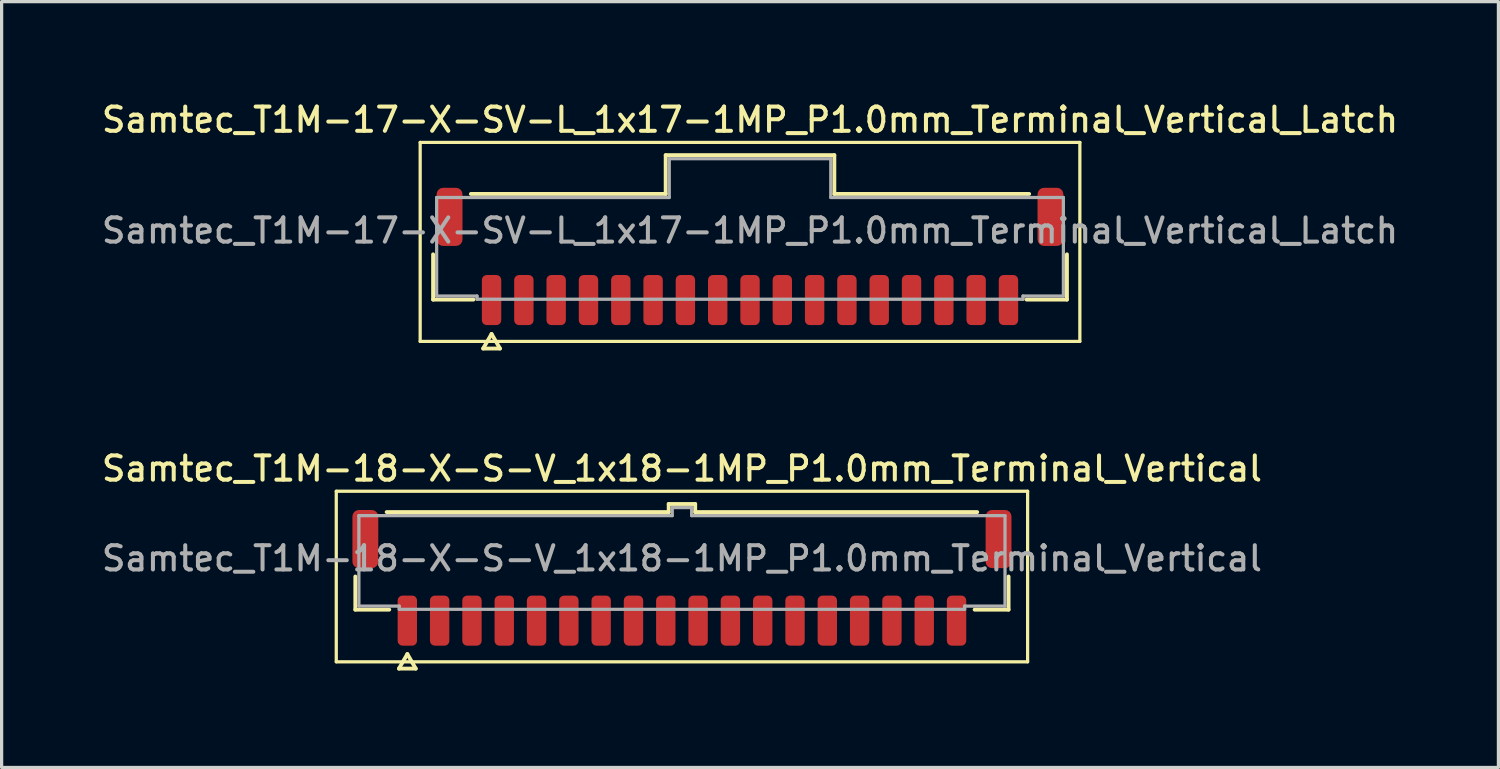
<source format=kicad_pcb>
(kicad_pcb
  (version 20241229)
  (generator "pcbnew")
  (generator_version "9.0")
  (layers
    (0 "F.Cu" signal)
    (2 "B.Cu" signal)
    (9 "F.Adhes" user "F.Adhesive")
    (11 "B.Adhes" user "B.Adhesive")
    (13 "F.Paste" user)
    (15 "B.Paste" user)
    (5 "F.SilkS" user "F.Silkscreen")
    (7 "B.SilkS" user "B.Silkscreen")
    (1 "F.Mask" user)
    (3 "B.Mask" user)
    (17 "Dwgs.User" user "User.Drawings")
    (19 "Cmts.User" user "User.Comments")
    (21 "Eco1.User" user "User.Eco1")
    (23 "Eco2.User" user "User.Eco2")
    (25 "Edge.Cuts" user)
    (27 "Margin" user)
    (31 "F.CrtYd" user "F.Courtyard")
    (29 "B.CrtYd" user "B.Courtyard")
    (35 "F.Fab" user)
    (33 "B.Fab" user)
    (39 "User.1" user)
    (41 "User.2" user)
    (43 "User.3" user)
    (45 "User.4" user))
  (footprint "Samtec_T1M-18-X-S-V_1x18-1MP_P1.0mm_Terminal_Vertical"
    (layer "F.Cu")
    (at 18.059 14.236)
    (property "Reference" "Samtec_T1M-18-X-S-V_1x18-1MP_P1.0mm_Terminal_Vertical" (at 0 -2.78 0) (layer "F.SilkS") (effects (font (size 0.75 0.75) (thickness 0.125))))
    (attr smd)
    (fp_line (start -10.7 -2.08) (end -10.7 3.2) (stroke (width 0.1) (type solid)) (layer "F.SilkS"))
    (fp_line (start -10.7 3.2) (end 10.7 3.2) (stroke (width 0.1) (type solid)) (layer "F.SilkS"))
    (fp_line (start -10.11 1.585) (end -10.11 0.56) (stroke (width 0.12) (type solid)) (layer "F.SilkS"))
    (fp_line (start -9.14 -1.435) (end -0.41 -1.435) (stroke (width 0.12) (type solid)) (layer "F.SilkS"))
    (fp_line (start -9.06 1.585) (end -10.11 1.585) (stroke (width 0.12) (type solid)) (layer "F.SilkS"))
    (fp_line (start -8.76 3.41) (end -8.5 2.96) (stroke (width 0.12) (type solid)) (layer "F.SilkS"))
    (fp_line (start -8.5 2.96) (end -8.24 3.41) (stroke (width 0.12) (type solid)) (layer "F.SilkS"))
    (fp_line (start -8.24 3.41) (end -8.76 3.41) (stroke (width 0.12) (type solid)) (layer "F.SilkS"))
    (fp_line (start -0.41 -1.685) (end 0.41 -1.685) (stroke (width 0.12) (type solid)) (layer "F.SilkS"))
    (fp_line (start -0.41 -1.435) (end -0.41 -1.685) (stroke (width 0.12) (type solid)) (layer "F.SilkS"))
    (fp_line (start 0.41 -1.685) (end 0.41 -1.435) (stroke (width 0.12) (type solid)) (layer "F.SilkS"))
    (fp_line (start 0.41 -1.435) (end 9.14 -1.435) (stroke (width 0.12) (type solid)) (layer "F.SilkS"))
    (fp_line (start 10.11 0.56) (end 10.11 1.585) (stroke (width 0.12) (type solid)) (layer "F.SilkS"))
    (fp_line (start 10.11 1.585) (end 9.06 1.585) (stroke (width 0.12) (type solid)) (layer "F.SilkS"))
    (fp_line (start 10.7 -2.08) (end -10.7 -2.08) (stroke (width 0.1) (type solid)) (layer "F.SilkS"))
    (fp_line (start 10.7 3.2) (end 10.7 -2.08) (stroke (width 0.1) (type solid)) (layer "F.SilkS"))
    (fp_line (start -10 -1.325) (end -0.3 -1.325) (stroke (width 0.1) (type solid)) (layer "F.Fab"))
    (fp_line (start -10 1.475) (end -10 -1.325) (stroke (width 0.1) (type solid)) (layer "F.Fab"))
    (fp_line (start -8.75 1.475) (end -10 1.475) (stroke (width 0.1) (type solid)) (layer "F.Fab"))
    (fp_line (start -8.75 1.575) (end -8.75 1.475) (stroke (width 0.1) (type solid)) (layer "F.Fab"))
    (fp_line (start -0.3 -1.575) (end 0.3 -1.575) (stroke (width 0.1) (type solid)) (layer "F.Fab"))
    (fp_line (start -0.3 -1.325) (end -0.3 -1.575) (stroke (width 0.1) (type solid)) (layer "F.Fab"))
    (fp_line (start 0.3 -1.575) (end 0.3 -1.325) (stroke (width 0.1) (type solid)) (layer "F.Fab"))
    (fp_line (start 0.3 -1.325) (end 10 -1.325) (stroke (width 0.1) (type solid)) (layer "F.Fab"))
    (fp_line (start 8.75 1.475) (end 8.75 1.575) (stroke (width 0.1) (type solid)) (layer "F.Fab"))
    (fp_line (start 8.75 1.575) (end -8.75 1.575) (stroke (width 0.1) (type solid)) (layer "F.Fab"))
    (fp_line (start 10 -1.325) (end 10 1.475) (stroke (width 0.1) (type solid)) (layer "F.Fab"))
    (fp_line (start 10 1.475) (end 8.75 1.475) (stroke (width 0.1) (type solid)) (layer "F.Fab"))
    (fp_text user "${REFERENCE}" (at 0 0 0) (layer "F.Fab") (effects (font (size 0.75 0.75) (thickness 0.125))))
    (pad "1" smd roundrect (at -8.5 1.925) (size 0.6 1.55) (layers "F.Cu" "F.Mask" "F.Paste") (roundrect_rratio 0.25))
    (pad "2" smd roundrect (at -7.5 1.925) (size 0.6 1.55) (layers "F.Cu" "F.Mask" "F.Paste") (roundrect_rratio 0.25))
    (pad "3" smd roundrect (at -6.5 1.925) (size 0.6 1.55) (layers "F.Cu" "F.Mask" "F.Paste") (roundrect_rratio 0.25))
    (pad "4" smd roundrect (at -5.5 1.925) (size 0.6 1.55) (layers "F.Cu" "F.Mask" "F.Paste") (roundrect_rratio 0.25))
    (pad "5" smd roundrect (at -4.5 1.925) (size 0.6 1.55) (layers "F.Cu" "F.Mask" "F.Paste") (roundrect_rratio 0.25))
    (pad "6" smd roundrect (at -3.5 1.925) (size 0.6 1.55) (layers "F.Cu" "F.Mask" "F.Paste") (roundrect_rratio 0.25))
    (pad "7" smd roundrect (at -2.5 1.925) (size 0.6 1.55) (layers "F.Cu" "F.Mask" "F.Paste") (roundrect_rratio 0.25))
    (pad "8" smd roundrect (at -1.5 1.925) (size 0.6 1.55) (layers "F.Cu" "F.Mask" "F.Paste") (roundrect_rratio 0.25))
    (pad "9" smd roundrect (at -0.5 1.925) (size 0.6 1.55) (layers "F.Cu" "F.Mask" "F.Paste") (roundrect_rratio 0.25))
    (pad "10" smd roundrect (at 0.5 1.925) (size 0.6 1.55) (layers "F.Cu" "F.Mask" "F.Paste") (roundrect_rratio 0.25))
    (pad "11" smd roundrect (at 1.5 1.925) (size 0.6 1.55) (layers "F.Cu" "F.Mask" "F.Paste") (roundrect_rratio 0.25))
    (pad "12" smd roundrect (at 2.5 1.925) (size 0.6 1.55) (layers "F.Cu" "F.Mask" "F.Paste") (roundrect_rratio 0.25))
    (pad "13" smd roundrect (at 3.5 1.925) (size 0.6 1.55) (layers "F.Cu" "F.Mask" "F.Paste") (roundrect_rratio 0.25))
    (pad "14" smd roundrect (at 4.5 1.925) (size 0.6 1.55) (layers "F.Cu" "F.Mask" "F.Paste") (roundrect_rratio 0.25))
    (pad "15" smd roundrect (at 5.5 1.925) (size 0.6 1.55) (layers "F.Cu" "F.Mask" "F.Paste") (roundrect_rratio 0.25))
    (pad "16" smd roundrect (at 6.5 1.925) (size 0.6 1.55) (layers "F.Cu" "F.Mask" "F.Paste") (roundrect_rratio 0.25))
    (pad "17" smd roundrect (at 7.5 1.925) (size 0.6 1.55) (layers "F.Cu" "F.Mask" "F.Paste") (roundrect_rratio 0.25))
    (pad "18" smd roundrect (at 8.5 1.925) (size 0.6 1.55) (layers "F.Cu" "F.Mask" "F.Paste") (roundrect_rratio 0.25))
    (pad "MP" smd roundrect (at -9.8 -0.6) (size 0.8 1.8) (layers "F.Cu" "F.Mask" "F.Paste") (roundrect_rratio 0.25))
    (pad "MP" smd roundrect (at 9.8 -0.6) (size 0.8 1.8) (layers "F.Cu" "F.Mask" "F.Paste") (roundrect_rratio 0.25)))
  (footprint "Samtec_T1M-17-X-SV-L_1x17-1MP_P1.0mm_Terminal_Vertical_Latch"
    (layer "F.Cu")
    (at 20.166 4.088)
    (property "Reference" "Samtec_T1M-17-X-SV-L_1x17-1MP_P1.0mm_Terminal_Vertical_Latch" (at 0 -3.43 0) (layer "F.SilkS") (effects (font (size 0.75 0.75) (thickness 0.125))))
    (attr smd)
    (fp_line (start -10.21 -2.73) (end -10.21 3.43) (stroke (width 0.1) (type solid)) (layer "F.SilkS"))
    (fp_line (start -10.21 3.43) (end 10.21 3.43) (stroke (width 0.1) (type solid)) (layer "F.SilkS"))
    (fp_line (start -9.81 2.135) (end -9.81 0.735) (stroke (width 0.12) (type solid)) (layer "F.SilkS"))
    (fp_line (start -8.64 -1.135) (end -2.61 -1.135) (stroke (width 0.12) (type solid)) (layer "F.SilkS"))
    (fp_line (start -8.56 2.135) (end -9.81 2.135) (stroke (width 0.12) (type solid)) (layer "F.SilkS"))
    (fp_line (start -8.26 3.65) (end -8 3.2) (stroke (width 0.12) (type solid)) (layer "F.SilkS"))
    (fp_line (start -8 3.2) (end -7.74 3.65) (stroke (width 0.12) (type solid)) (layer "F.SilkS"))
    (fp_line (start -7.74 3.65) (end -8.26 3.65) (stroke (width 0.12) (type solid)) (layer "F.SilkS"))
    (fp_line (start -2.61 -2.335) (end 2.61 -2.335) (stroke (width 0.12) (type solid)) (layer "F.SilkS"))
    (fp_line (start -2.61 -1.135) (end -2.61 -2.335) (stroke (width 0.12) (type solid)) (layer "F.SilkS"))
    (fp_line (start 2.61 -2.335) (end 2.61 -1.135) (stroke (width 0.12) (type solid)) (layer "F.SilkS"))
    (fp_line (start 2.61 -1.135) (end 8.64 -1.135) (stroke (width 0.12) (type solid)) (layer "F.SilkS"))
    (fp_line (start 9.81 0.735) (end 9.81 2.135) (stroke (width 0.12) (type solid)) (layer "F.SilkS"))
    (fp_line (start 9.81 2.135) (end 8.56 2.135) (stroke (width 0.12) (type solid)) (layer "F.SilkS"))
    (fp_line (start 10.21 -2.73) (end -10.21 -2.73) (stroke (width 0.1) (type solid)) (layer "F.SilkS"))
    (fp_line (start 10.21 3.43) (end 10.21 -2.73) (stroke (width 0.1) (type solid)) (layer "F.SilkS"))
    (fp_line (start -9.7 -1.025) (end -2.5 -1.025) (stroke (width 0.1) (type solid)) (layer "F.Fab"))
    (fp_line (start -9.7 2.025) (end -9.7 -1.025) (stroke (width 0.1) (type solid)) (layer "F.Fab"))
    (fp_line (start -8.45 2.025) (end -9.7 2.025) (stroke (width 0.1) (type solid)) (layer "F.Fab"))
    (fp_line (start -8.45 2.125) (end -8.45 2.025) (stroke (width 0.1) (type solid)) (layer "F.Fab"))
    (fp_line (start -2.5 -2.225) (end 2.5 -2.225) (stroke (width 0.1) (type solid)) (layer "F.Fab"))
    (fp_line (start -2.5 -1.025) (end -2.5 -2.225) (stroke (width 0.1) (type solid)) (layer "F.Fab"))
    (fp_line (start 2.5 -2.225) (end 2.5 -1.025) (stroke (width 0.1) (type solid)) (layer "F.Fab"))
    (fp_line (start 2.5 -1.025) (end 9.7 -1.025) (stroke (width 0.1) (type solid)) (layer "F.Fab"))
    (fp_line (start 8.45 2.025) (end 8.45 2.125) (stroke (width 0.1) (type solid)) (layer "F.Fab"))
    (fp_line (start 8.45 2.125) (end -8.45 2.125) (stroke (width 0.1) (type solid)) (layer "F.Fab"))
    (fp_line (start 9.7 -1.025) (end 9.7 2.025) (stroke (width 0.1) (type solid)) (layer "F.Fab"))
    (fp_line (start 9.7 2.025) (end 8.45 2.025) (stroke (width 0.1) (type solid)) (layer "F.Fab"))
    (fp_text user "${REFERENCE}" (at 0 0 0) (layer "F.Fab") (effects (font (size 0.75 0.75) (thickness 0.125))))
    (pad "1" smd roundrect (at -8 2.15) (size 0.6 1.55) (layers "F.Cu" "F.Mask" "F.Paste") (roundrect_rratio 0.25))
    (pad "2" smd roundrect (at -7 2.15) (size 0.6 1.55) (layers "F.Cu" "F.Mask" "F.Paste") (roundrect_rratio 0.25))
    (pad "3" smd roundrect (at -6 2.15) (size 0.6 1.55) (layers "F.Cu" "F.Mask" "F.Paste") (roundrect_rratio 0.25))
    (pad "4" smd roundrect (at -5 2.15) (size 0.6 1.55) (layers "F.Cu" "F.Mask" "F.Paste") (roundrect_rratio 0.25))
    (pad "5" smd roundrect (at -4 2.15) (size 0.6 1.55) (layers "F.Cu" "F.Mask" "F.Paste") (roundrect_rratio 0.25))
    (pad "6" smd roundrect (at -3 2.15) (size 0.6 1.55) (layers "F.Cu" "F.Mask" "F.Paste") (roundrect_rratio 0.25))
    (pad "7" smd roundrect (at -2 2.15) (size 0.6 1.55) (layers "F.Cu" "F.Mask" "F.Paste") (roundrect_rratio 0.25))
    (pad "8" smd roundrect (at -1 2.15) (size 0.6 1.55) (layers "F.Cu" "F.Mask" "F.Paste") (roundrect_rratio 0.25))
    (pad "9" smd roundrect (at 0 2.15) (size 0.6 1.55) (layers "F.Cu" "F.Mask" "F.Paste") (roundrect_rratio 0.25))
    (pad "10" smd roundrect (at 1 2.15) (size 0.6 1.55) (layers "F.Cu" "F.Mask" "F.Paste") (roundrect_rratio 0.25))
    (pad "11" smd roundrect (at 2 2.15) (size 0.6 1.55) (layers "F.Cu" "F.Mask" "F.Paste") (roundrect_rratio 0.25))
    (pad "12" smd roundrect (at 3 2.15) (size 0.6 1.55) (layers "F.Cu" "F.Mask" "F.Paste") (roundrect_rratio 0.25))
    (pad "13" smd roundrect (at 4 2.15) (size 0.6 1.55) (layers "F.Cu" "F.Mask" "F.Paste") (roundrect_rratio 0.25))
    (pad "14" smd roundrect (at 5 2.15) (size 0.6 1.55) (layers "F.Cu" "F.Mask" "F.Paste") (roundrect_rratio 0.25))
    (pad "15" smd roundrect (at 6 2.15) (size 0.6 1.55) (layers "F.Cu" "F.Mask" "F.Paste") (roundrect_rratio 0.25))
    (pad "16" smd roundrect (at 7 2.15) (size 0.6 1.55) (layers "F.Cu" "F.Mask" "F.Paste") (roundrect_rratio 0.25))
    (pad "17" smd roundrect (at 8 2.15) (size 0.6 1.55) (layers "F.Cu" "F.Mask" "F.Paste") (roundrect_rratio 0.25))
    (pad "MP" smd roundrect (at -9.3 -0.425) (size 0.8 1.8) (layers "F.Cu" "F.Mask" "F.Paste") (roundrect_rratio 0.25))
    (pad "MP" smd roundrect (at 9.3 -0.425) (size 0.8 1.8) (layers "F.Cu" "F.Mask" "F.Paste") (roundrect_rratio 0.25)))
  (gr_rect
    (start -3 -3)
    (end 43.332 20.706)
    (stroke (width 0.1) (type default))
    (fill no)
    (layer "Edge.Cuts")))
</source>
